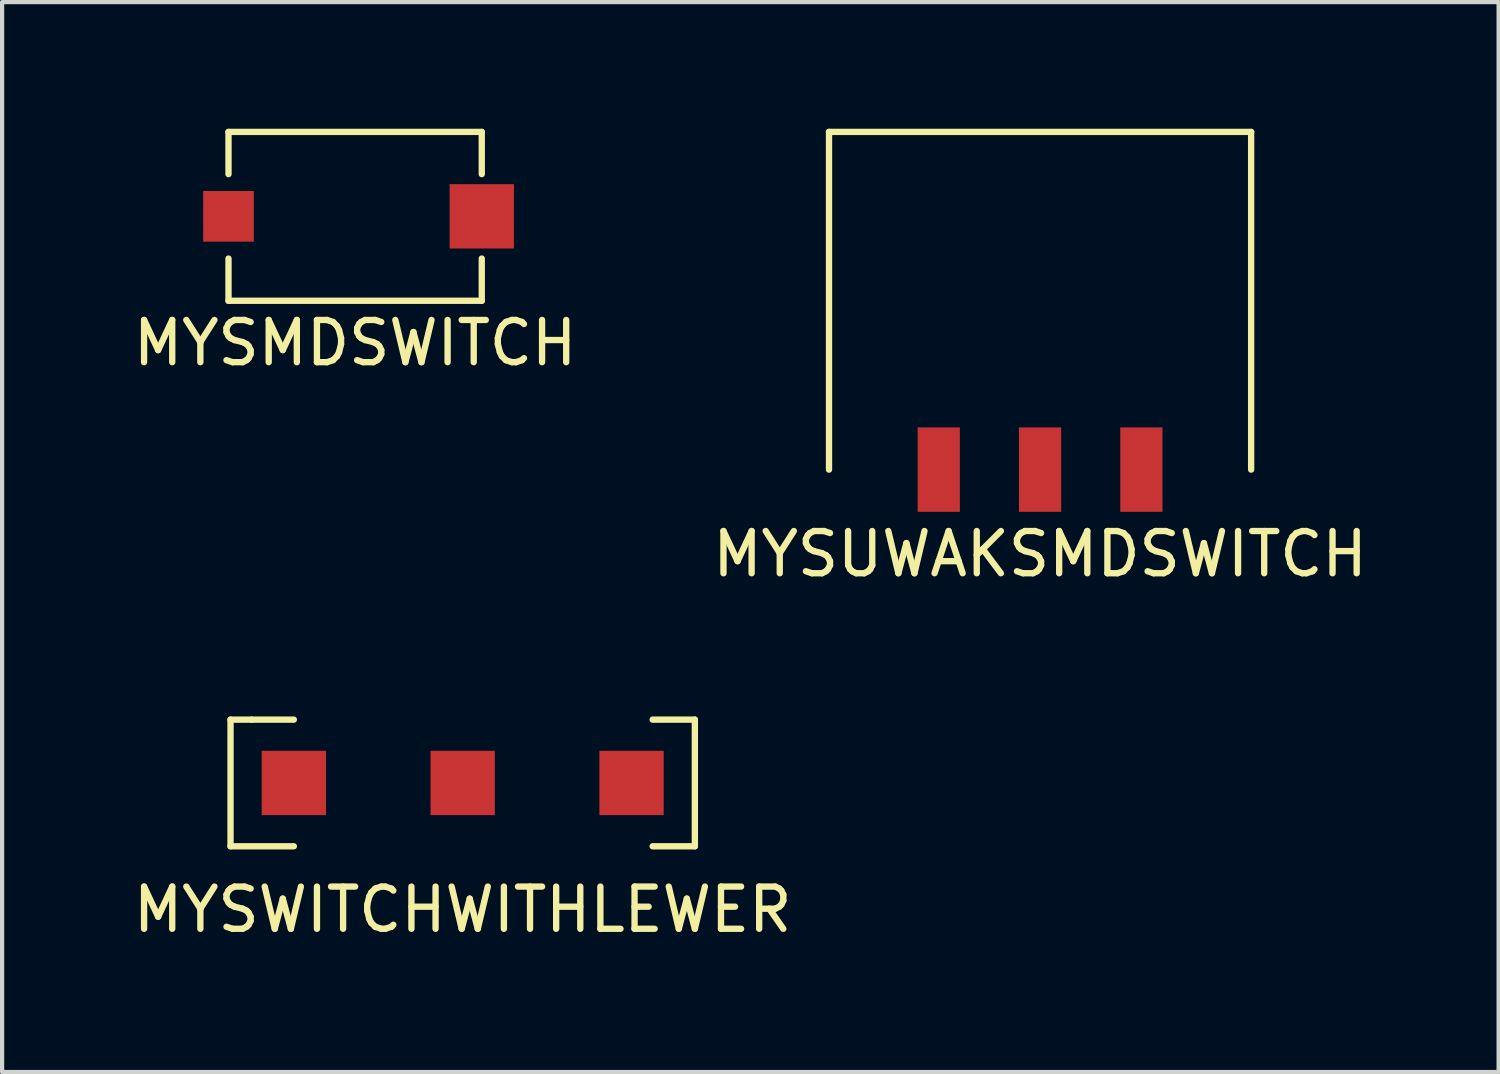
<source format=kicad_pcb>
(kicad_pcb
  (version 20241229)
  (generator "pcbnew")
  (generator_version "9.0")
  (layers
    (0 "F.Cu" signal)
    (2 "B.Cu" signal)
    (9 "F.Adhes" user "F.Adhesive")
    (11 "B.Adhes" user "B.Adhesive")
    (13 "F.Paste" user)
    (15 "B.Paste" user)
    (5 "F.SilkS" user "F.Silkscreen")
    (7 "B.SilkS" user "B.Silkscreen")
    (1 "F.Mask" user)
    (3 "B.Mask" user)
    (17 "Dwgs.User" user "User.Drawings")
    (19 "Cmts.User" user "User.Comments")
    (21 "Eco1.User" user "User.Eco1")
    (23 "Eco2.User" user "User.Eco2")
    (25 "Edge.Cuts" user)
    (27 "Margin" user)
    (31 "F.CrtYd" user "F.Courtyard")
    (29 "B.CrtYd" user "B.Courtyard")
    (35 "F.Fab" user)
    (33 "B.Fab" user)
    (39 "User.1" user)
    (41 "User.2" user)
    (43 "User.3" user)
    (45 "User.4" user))
  (footprint "MYSWITCHWITHLEWER"
    (layer "F.Cu")
    (at 7.911 15.498)
    (property "Reference" "MYSWITCHWITHLEWER" (at 0 3 0) (layer "F.SilkS") (effects (font (size 1 1) (thickness 0.15))))
    (attr through_hole)
    (fp_line (start -5.5 -1.5) (end -5.5 1.5) (stroke (width 0.15) (type solid)) (layer "F.SilkS"))
    (fp_line (start -5.5 1.5) (end -4 1.5) (stroke (width 0.15) (type solid)) (layer "F.SilkS"))
    (fp_line (start -5 -1.5) (end -5.5 -1.5) (stroke (width 0.15) (type solid)) (layer "F.SilkS"))
    (fp_line (start -4 -1.5) (end -5 -1.5) (stroke (width 0.15) (type solid)) (layer "F.SilkS"))
    (fp_line (start 4.5 -1.5) (end 5.5 -1.5) (stroke (width 0.15) (type solid)) (layer "F.SilkS"))
    (fp_line (start 5.5 -1.5) (end 5.5 1.5) (stroke (width 0.15) (type solid)) (layer "F.SilkS"))
    (fp_line (start 5.5 1.5) (end 4.5 1.5) (stroke (width 0.15) (type solid)) (layer "F.SilkS"))
    (pad "1" smd rect (at -4 0) (size 1.524 1.524) (layers "F.Cu" "F.Mask" "F.Paste"))
    (pad "2" smd rect (at 0 0) (size 1.524 1.524) (layers "F.Cu" "F.Mask" "F.Paste"))
    (pad "3" smd rect (at 4 0) (size 1.524 1.524) (layers "F.Cu" "F.Mask" "F.Paste")))
  (footprint "MYSMDSWITCH"
    (layer "F.Cu")
    (at 5.363 2.075)
    (property "Reference" "MYSMDSWITCH" (at 0 3 0) (layer "F.SilkS") (effects (font (size 1 1) (thickness 0.15))))
    (attr through_hole)
    (fp_line (start -3 -2) (end 3 -2) (stroke (width 0.15) (type solid)) (layer "F.SilkS"))
    (fp_line (start -3 -1) (end -3 -2) (stroke (width 0.15) (type solid)) (layer "F.SilkS"))
    (fp_line (start -3 2) (end -3 1) (stroke (width 0.15) (type solid)) (layer "F.SilkS"))
    (fp_line (start 3 -2) (end 3 -1) (stroke (width 0.15) (type solid)) (layer "F.SilkS"))
    (fp_line (start 3 1) (end 3 2) (stroke (width 0.15) (type solid)) (layer "F.SilkS"))
    (fp_line (start 3 2) (end -3 2) (stroke (width 0.15) (type solid)) (layer "F.SilkS"))
    (pad "1" smd rect (at -3 0) (size 1.2 1.2) (layers "F.Cu" "F.Mask" "F.Paste"))
    (pad "2" smd rect (at 3 0) (size 1.524 1.524) (layers "F.Cu" "F.Mask" "F.Paste")))
  (footprint "MYSUWAKSMDSWITCH"
    (layer "F.Cu")
    (at 21.589 7.575)
    (property "Reference" "MYSUWAKSMDSWITCH" (at 0 2.5 0) (layer "F.SilkS") (effects (font (size 1 1) (thickness 0.15))))
    (attr through_hole)
    (fp_line (start -5 -7.5) (end 5 -7.5) (stroke (width 0.15) (type solid)) (layer "F.SilkS"))
    (fp_line (start -5 0.5) (end -5 -7.5) (stroke (width 0.15) (type solid)) (layer "F.SilkS"))
    (fp_line (start 5 -7.5) (end 5 0.5) (stroke (width 0.15) (type solid)) (layer "F.SilkS"))
    (pad "1" smd rect (at -2.4 0.5) (size 1 2) (layers "F.Cu" "F.Mask" "F.Paste"))
    (pad "2" smd rect (at 0 0.5) (size 1 2) (layers "F.Cu" "F.Mask" "F.Paste"))
    (pad "3" smd rect (at 2.4 0.5) (size 1 2) (layers "F.Cu" "F.Mask" "F.Paste")))
  (gr_rect
    (start -3 -3)
    (end 32.452 22.346)
    (stroke (width 0.1) (type default))
    (fill no)
    (layer "Edge.Cuts")))
</source>
